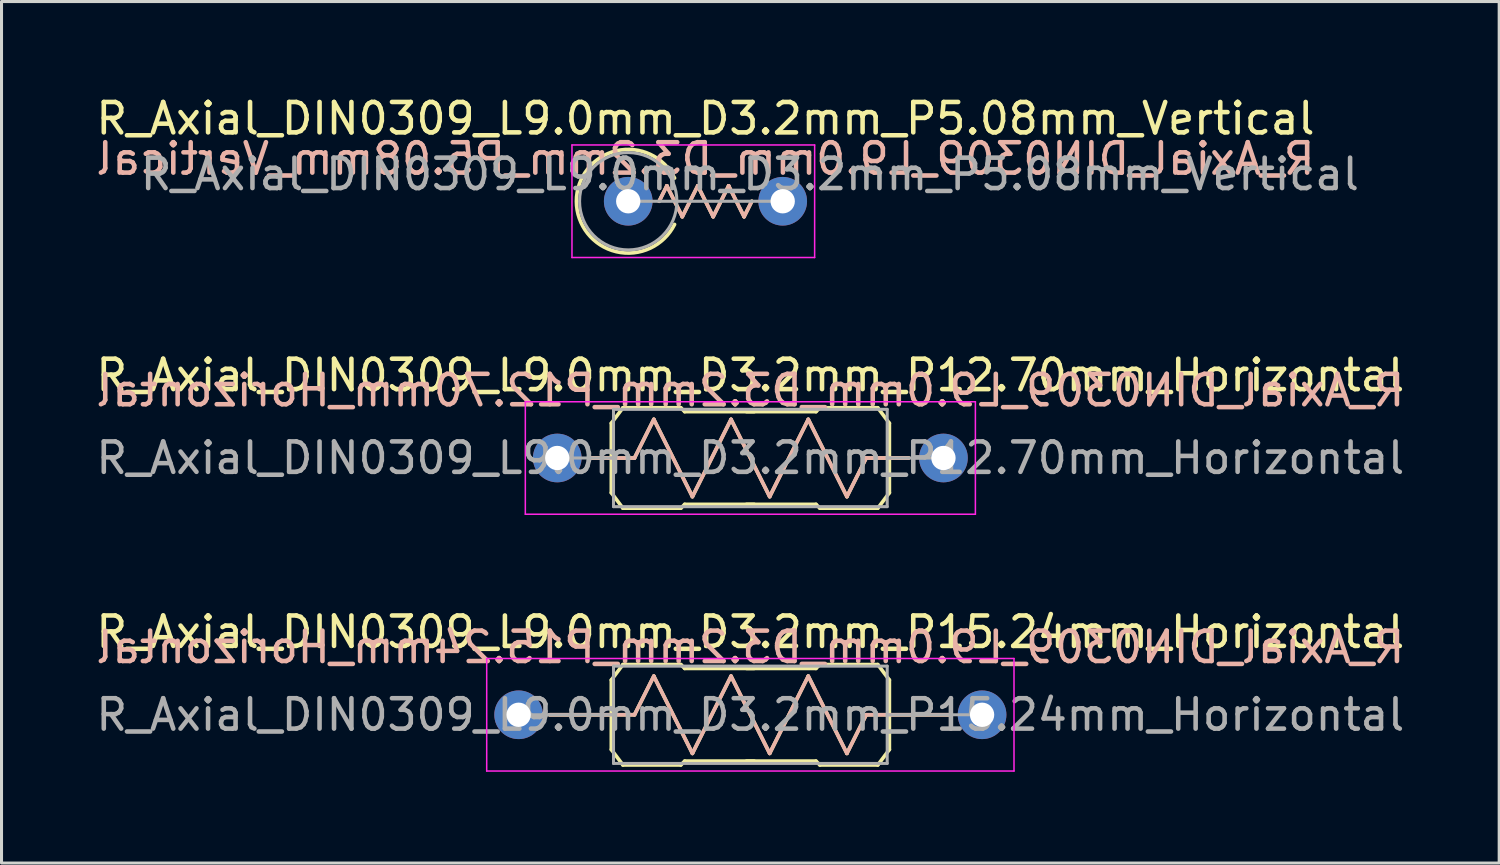
<source format=kicad_pcb>
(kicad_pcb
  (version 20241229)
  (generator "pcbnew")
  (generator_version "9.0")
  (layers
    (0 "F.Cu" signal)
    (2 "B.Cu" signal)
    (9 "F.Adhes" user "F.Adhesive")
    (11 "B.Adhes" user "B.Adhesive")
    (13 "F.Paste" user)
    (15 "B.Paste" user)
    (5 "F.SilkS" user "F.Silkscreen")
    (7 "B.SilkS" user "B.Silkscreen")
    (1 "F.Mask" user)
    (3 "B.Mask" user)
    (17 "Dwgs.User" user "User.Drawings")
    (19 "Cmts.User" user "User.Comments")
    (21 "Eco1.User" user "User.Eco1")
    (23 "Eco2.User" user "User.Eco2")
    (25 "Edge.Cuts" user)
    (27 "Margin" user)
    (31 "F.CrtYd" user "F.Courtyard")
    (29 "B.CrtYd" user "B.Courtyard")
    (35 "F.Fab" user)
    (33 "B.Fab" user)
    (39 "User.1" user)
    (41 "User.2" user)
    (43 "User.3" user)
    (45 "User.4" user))
  (footprint "R_Axial_DIN0309_L9.0mm_D3.2mm_P15.24mm_Horizontal"
    (layer "F.Cu")
    (at 14.005 20.455)
    (property "Reference" "R_Axial_DIN0309_L9.0mm_D3.2mm_P15.24mm_Horizontal" (at 7.62 -2.72 0) (layer "F.SilkS") (effects (font (size 1 1) (thickness 0.15))))
    (attr through_hole)
    (fp_line (start 3.048 -1.143) (end 3.429 -1.651) (stroke (width 0.12) (type solid)) (layer "F.SilkS"))
    (fp_line (start 3.048 0) (end 1.016 0) (stroke (width 0.12) (type solid)) (layer "F.SilkS"))
    (fp_line (start 3.048 1.143) (end 3.048 -1.143) (stroke (width 0.12) (type solid)) (layer "F.SilkS"))
    (fp_line (start 3.048 1.143) (end 3.429 1.651) (stroke (width 0.12) (type solid)) (layer "F.SilkS"))
    (fp_line (start 3.429 -1.651) (end 5.334 -1.651) (stroke (width 0.12) (type solid)) (layer "F.SilkS"))
    (fp_line (start 3.429 1.651) (end 5.334 1.651) (stroke (width 0.12) (type solid)) (layer "F.SilkS"))
    (fp_line (start 3.81 0) (end 3.048 0) (stroke (width 0.12) (type solid)) (layer "F.SilkS"))
    (fp_line (start 3.81 0) (end 4.445 -1.27) (stroke (width 0.12) (type solid)) (layer "F.SilkS"))
    (fp_line (start 4.445 -1.27) (end 5.715 1.27) (stroke (width 0.12) (type solid)) (layer "F.SilkS"))
    (fp_line (start 5.334 -1.651) (end 5.461 -1.524) (stroke (width 0.12) (type solid)) (layer "F.SilkS"))
    (fp_line (start 5.334 1.651) (end 5.461 1.524) (stroke (width 0.12) (type solid)) (layer "F.SilkS"))
    (fp_line (start 5.461 -1.524) (end 7.747 -1.524) (stroke (width 0.12) (type solid)) (layer "F.SilkS"))
    (fp_line (start 5.461 1.524) (end 7.747 1.524) (stroke (width 0.12) (type solid)) (layer "F.SilkS"))
    (fp_line (start 5.715 1.27) (end 6.985 -1.27) (stroke (width 0.12) (type solid)) (layer "F.SilkS"))
    (fp_line (start 6.985 -1.27) (end 8.255 1.27) (stroke (width 0.12) (type solid)) (layer "F.SilkS"))
    (fp_line (start 8.255 1.27) (end 9.525 -1.27) (stroke (width 0.12) (type solid)) (layer "F.SilkS"))
    (fp_line (start 9.525 -1.27) (end 10.795 1.27) (stroke (width 0.12) (type solid)) (layer "F.SilkS"))
    (fp_line (start 9.779 -1.524) (end 7.493 -1.524) (stroke (width 0.12) (type solid)) (layer "F.SilkS"))
    (fp_line (start 9.779 1.524) (end 7.493 1.524) (stroke (width 0.12) (type solid)) (layer "F.SilkS"))
    (fp_line (start 9.906 -1.651) (end 9.779 -1.524) (stroke (width 0.12) (type solid)) (layer "F.SilkS"))
    (fp_line (start 9.906 1.651) (end 9.779 1.524) (stroke (width 0.12) (type solid)) (layer "F.SilkS"))
    (fp_line (start 10.795 1.27) (end 11.43 0) (stroke (width 0.12) (type solid)) (layer "F.SilkS"))
    (fp_line (start 11.43 0) (end 12.192 0) (stroke (width 0.12) (type solid)) (layer "F.SilkS"))
    (fp_line (start 11.811 -1.651) (end 9.906 -1.651) (stroke (width 0.12) (type solid)) (layer "F.SilkS"))
    (fp_line (start 11.811 1.651) (end 9.906 1.651) (stroke (width 0.12) (type solid)) (layer "F.SilkS"))
    (fp_line (start 12.192 -1.143) (end 11.811 -1.651) (stroke (width 0.12) (type solid)) (layer "F.SilkS"))
    (fp_line (start 12.192 0) (end 14.224 0) (stroke (width 0.12) (type solid)) (layer "F.SilkS"))
    (fp_line (start 12.192 1.143) (end 11.811 1.651) (stroke (width 0.12) (type solid)) (layer "F.SilkS"))
    (fp_line (start 12.192 1.143) (end 12.192 -1.143) (stroke (width 0.12) (type solid)) (layer "F.SilkS"))
    (fp_line (start 1.016 0) (end 3.81 0) (stroke (width 0.12) (type solid)) (layer "B.SilkS"))
    (fp_line (start 3.81 0) (end 4.445 -1.27) (stroke (width 0.12) (type solid)) (layer "B.SilkS"))
    (fp_line (start 4.445 -1.27) (end 5.715 1.27) (stroke (width 0.12) (type solid)) (layer "B.SilkS"))
    (fp_line (start 5.715 1.27) (end 6.985 -1.27) (stroke (width 0.12) (type solid)) (layer "B.SilkS"))
    (fp_line (start 6.985 -1.27) (end 8.255 1.27) (stroke (width 0.12) (type solid)) (layer "B.SilkS"))
    (fp_line (start 8.255 1.27) (end 9.525 -1.27) (stroke (width 0.12) (type solid)) (layer "B.SilkS"))
    (fp_line (start 9.525 -1.27) (end 10.795 1.27) (stroke (width 0.12) (type solid)) (layer "B.SilkS"))
    (fp_line (start 10.795 1.27) (end 11.43 0) (stroke (width 0.12) (type solid)) (layer "B.SilkS"))
    (fp_line (start 11.43 0) (end 14.224 0) (stroke (width 0.12) (type solid)) (layer "B.SilkS"))
    (fp_line (start -1.05 -1.85) (end -1.05 1.85) (stroke (width 0.05) (type solid)) (layer "F.CrtYd"))
    (fp_line (start -1.05 1.85) (end 16.29 1.85) (stroke (width 0.05) (type solid)) (layer "F.CrtYd"))
    (fp_line (start 16.29 -1.85) (end -1.05 -1.85) (stroke (width 0.05) (type solid)) (layer "F.CrtYd"))
    (fp_line (start 16.29 1.85) (end 16.29 -1.85) (stroke (width 0.05) (type solid)) (layer "F.CrtYd"))
    (fp_line (start 0 0) (end 3.12 0) (stroke (width 0.1) (type solid)) (layer "F.Fab"))
    (fp_line (start 3.12 -1.6) (end 3.12 1.6) (stroke (width 0.1) (type solid)) (layer "F.Fab"))
    (fp_line (start 3.12 1.6) (end 12.12 1.6) (stroke (width 0.1) (type solid)) (layer "F.Fab"))
    (fp_line (start 12.12 -1.6) (end 3.12 -1.6) (stroke (width 0.1) (type solid)) (layer "F.Fab"))
    (fp_line (start 12.12 1.6) (end 12.12 -1.6) (stroke (width 0.1) (type solid)) (layer "F.Fab"))
    (fp_line (start 15.24 0) (end 12.12 0) (stroke (width 0.1) (type solid)) (layer "F.Fab"))
    (fp_text user "${REFERENCE}" (at 7.62 -2.223 0) (unlocked yes) (layer "B.SilkS") (effects (font (size 1 1) (thickness 0.15)) (justify mirror)))
    (fp_text user "${REFERENCE}" (at 7.62 0 0) (layer "F.Fab") (effects (font (size 1 1) (thickness 0.15))))
    (pad "1" thru_hole circle (at 0 0) (size 1.6 1.6) (drill 0.8) (layers "*.Cu" "*.Mask"))
    (pad "2" thru_hole oval (at 15.24 0) (size 1.6 1.6) (drill 0.8) (layers "*.Cu" "*.Mask")))
  (footprint "R_Axial_DIN0309_L9.0mm_D3.2mm_P12.70mm_Horizontal"
    (layer "F.Cu")
    (at 15.275 12.011)
    (property "Reference" "R_Axial_DIN0309_L9.0mm_D3.2mm_P12.70mm_Horizontal" (at 6.35 -2.72 0) (layer "F.SilkS") (effects (font (size 1 1) (thickness 0.15))))
    (attr through_hole)
    (fp_line (start 1.778 -1.143) (end 2.159 -1.651) (stroke (width 0.12) (type solid)) (layer "F.SilkS"))
    (fp_line (start 1.778 0) (end 1.143 0) (stroke (width 0.12) (type solid)) (layer "F.SilkS"))
    (fp_line (start 1.778 1.143) (end 1.778 -1.143) (stroke (width 0.12) (type solid)) (layer "F.SilkS"))
    (fp_line (start 1.778 1.143) (end 2.159 1.651) (stroke (width 0.12) (type solid)) (layer "F.SilkS"))
    (fp_line (start 2.159 -1.651) (end 4.064 -1.651) (stroke (width 0.12) (type solid)) (layer "F.SilkS"))
    (fp_line (start 2.159 1.651) (end 4.064 1.651) (stroke (width 0.12) (type solid)) (layer "F.SilkS"))
    (fp_line (start 2.54 0) (end 1.778 0) (stroke (width 0.12) (type solid)) (layer "F.SilkS"))
    (fp_line (start 2.54 0) (end 3.175 -1.27) (stroke (width 0.12) (type solid)) (layer "F.SilkS"))
    (fp_line (start 3.175 -1.27) (end 4.445 1.27) (stroke (width 0.12) (type solid)) (layer "F.SilkS"))
    (fp_line (start 4.064 -1.651) (end 4.191 -1.524) (stroke (width 0.12) (type solid)) (layer "F.SilkS"))
    (fp_line (start 4.064 1.651) (end 4.191 1.524) (stroke (width 0.12) (type solid)) (layer "F.SilkS"))
    (fp_line (start 4.191 -1.524) (end 6.477 -1.524) (stroke (width 0.12) (type solid)) (layer "F.SilkS"))
    (fp_line (start 4.191 1.524) (end 6.477 1.524) (stroke (width 0.12) (type solid)) (layer "F.SilkS"))
    (fp_line (start 4.445 1.27) (end 5.715 -1.27) (stroke (width 0.12) (type solid)) (layer "F.SilkS"))
    (fp_line (start 5.715 -1.27) (end 6.985 1.27) (stroke (width 0.12) (type solid)) (layer "F.SilkS"))
    (fp_line (start 6.985 1.27) (end 8.255 -1.27) (stroke (width 0.12) (type solid)) (layer "F.SilkS"))
    (fp_line (start 8.255 -1.27) (end 9.525 1.27) (stroke (width 0.12) (type solid)) (layer "F.SilkS"))
    (fp_line (start 8.509 -1.524) (end 6.223 -1.524) (stroke (width 0.12) (type solid)) (layer "F.SilkS"))
    (fp_line (start 8.509 1.524) (end 6.223 1.524) (stroke (width 0.12) (type solid)) (layer "F.SilkS"))
    (fp_line (start 8.636 -1.651) (end 8.509 -1.524) (stroke (width 0.12) (type solid)) (layer "F.SilkS"))
    (fp_line (start 8.636 1.651) (end 8.509 1.524) (stroke (width 0.12) (type solid)) (layer "F.SilkS"))
    (fp_line (start 9.525 1.27) (end 10.16 0) (stroke (width 0.12) (type solid)) (layer "F.SilkS"))
    (fp_line (start 10.16 0) (end 10.922 0) (stroke (width 0.12) (type solid)) (layer "F.SilkS"))
    (fp_line (start 10.541 -1.651) (end 8.636 -1.651) (stroke (width 0.12) (type solid)) (layer "F.SilkS"))
    (fp_line (start 10.541 1.651) (end 8.636 1.651) (stroke (width 0.12) (type solid)) (layer "F.SilkS"))
    (fp_line (start 10.922 -1.143) (end 10.541 -1.651) (stroke (width 0.12) (type solid)) (layer "F.SilkS"))
    (fp_line (start 10.922 0) (end 11.557 0) (stroke (width 0.12) (type solid)) (layer "F.SilkS"))
    (fp_line (start 10.922 1.143) (end 10.541 1.651) (stroke (width 0.12) (type solid)) (layer "F.SilkS"))
    (fp_line (start 10.922 1.143) (end 10.922 -1.143) (stroke (width 0.12) (type solid)) (layer "F.SilkS"))
    (fp_line (start 1.143 0) (end 2.54 0) (stroke (width 0.12) (type solid)) (layer "B.SilkS"))
    (fp_line (start 2.54 0) (end 3.175 -1.27) (stroke (width 0.12) (type solid)) (layer "B.SilkS"))
    (fp_line (start 3.175 -1.27) (end 4.445 1.27) (stroke (width 0.12) (type solid)) (layer "B.SilkS"))
    (fp_line (start 4.445 1.27) (end 5.715 -1.27) (stroke (width 0.12) (type solid)) (layer "B.SilkS"))
    (fp_line (start 5.715 -1.27) (end 6.985 1.27) (stroke (width 0.12) (type solid)) (layer "B.SilkS"))
    (fp_line (start 6.985 1.27) (end 8.255 -1.27) (stroke (width 0.12) (type solid)) (layer "B.SilkS"))
    (fp_line (start 8.255 -1.27) (end 9.525 1.27) (stroke (width 0.12) (type solid)) (layer "B.SilkS"))
    (fp_line (start 9.525 1.27) (end 10.16 0) (stroke (width 0.12) (type solid)) (layer "B.SilkS"))
    (fp_line (start 10.16 0) (end 11.557 0) (stroke (width 0.12) (type solid)) (layer "B.SilkS"))
    (fp_line (start -1.05 -1.85) (end -1.05 1.85) (stroke (width 0.05) (type solid)) (layer "F.CrtYd"))
    (fp_line (start -1.05 1.85) (end 13.75 1.85) (stroke (width 0.05) (type solid)) (layer "F.CrtYd"))
    (fp_line (start 13.75 -1.85) (end -1.05 -1.85) (stroke (width 0.05) (type solid)) (layer "F.CrtYd"))
    (fp_line (start 13.75 1.85) (end 13.75 -1.85) (stroke (width 0.05) (type solid)) (layer "F.CrtYd"))
    (fp_line (start 0 0) (end 1.85 0) (stroke (width 0.1) (type solid)) (layer "F.Fab"))
    (fp_line (start 1.85 -1.6) (end 1.85 1.6) (stroke (width 0.1) (type solid)) (layer "F.Fab"))
    (fp_line (start 1.85 1.6) (end 10.85 1.6) (stroke (width 0.1) (type solid)) (layer "F.Fab"))
    (fp_line (start 10.85 -1.6) (end 1.85 -1.6) (stroke (width 0.1) (type solid)) (layer "F.Fab"))
    (fp_line (start 10.85 1.6) (end 10.85 -1.6) (stroke (width 0.1) (type solid)) (layer "F.Fab"))
    (fp_line (start 12.7 0) (end 10.85 0) (stroke (width 0.1) (type solid)) (layer "F.Fab"))
    (fp_text user "${REFERENCE}" (at 6.35 -2.223 0) (unlocked yes) (layer "B.SilkS") (effects (font (size 1 1) (thickness 0.15)) (justify mirror)))
    (fp_text user "${REFERENCE}" (at 6.35 0 0) (layer "F.Fab") (effects (font (size 1 1) (thickness 0.15))))
    (pad "1" thru_hole circle (at 0 0) (size 1.6 1.6) (drill 0.8) (layers "*.Cu" "*.Mask"))
    (pad "2" thru_hole oval (at 12.7 0) (size 1.6 1.6) (drill 0.8) (layers "*.Cu" "*.Mask")))
  (footprint "R_Axial_DIN0309_L9.0mm_D3.2mm_P5.08mm_Vertical"
    (layer "F.Cu")
    (at 17.609 3.568)
    (property "Reference" "R_Axial_DIN0309_L9.0mm_D3.2mm_P5.08mm_Vertical" (at 2.54 -2.72 0) (layer "F.SilkS") (effects (font (size 1 1) (thickness 0.15))))
    (attr through_hole)
    (fp_line (start 1.016 0) (end 1.27 -0.508) (stroke (width 0.12) (type solid)) (layer "F.SilkS"))
    (fp_line (start 1.27 -0.508) (end 1.778 0.508) (stroke (width 0.12) (type solid)) (layer "F.SilkS"))
    (fp_line (start 1.778 0.508) (end 2.286 -0.508) (stroke (width 0.12) (type solid)) (layer "F.SilkS"))
    (fp_line (start 2.286 -0.508) (end 2.794 0.508) (stroke (width 0.12) (type solid)) (layer "F.SilkS"))
    (fp_line (start 2.794 0.508) (end 3.302 -0.508) (stroke (width 0.12) (type solid)) (layer "F.SilkS"))
    (fp_line (start 3.302 -0.508) (end 3.81 0.508) (stroke (width 0.12) (type solid)) (layer "F.SilkS"))
    (fp_line (start 3.81 0.508) (end 4.064 0) (stroke (width 0.12) (type solid)) (layer "F.SilkS"))
    (fp_arc (start 1.523999 0.762) (mid -1.703883 0) (end 1.523999 -0.762) (stroke (width 0.12) (type solid)) (layer "F.SilkS"))
    (fp_line (start 1.016 0) (end 1.27 -0.508) (stroke (width 0.12) (type solid)) (layer "B.SilkS"))
    (fp_line (start 1.27 -0.508) (end 1.778 0.508) (stroke (width 0.12) (type solid)) (layer "B.SilkS"))
    (fp_line (start 1.778 0.508) (end 2.286 -0.508) (stroke (width 0.12) (type solid)) (layer "B.SilkS"))
    (fp_line (start 2.286 -0.508) (end 2.794 0.508) (stroke (width 0.12) (type solid)) (layer "B.SilkS"))
    (fp_line (start 2.794 0.508) (end 3.302 -0.508) (stroke (width 0.12) (type solid)) (layer "B.SilkS"))
    (fp_line (start 3.302 -0.508) (end 3.81 0.508) (stroke (width 0.12) (type solid)) (layer "B.SilkS"))
    (fp_line (start 3.81 0.508) (end 4.064 0) (stroke (width 0.12) (type solid)) (layer "B.SilkS"))
    (fp_line (start -1.85 -1.85) (end -1.85 1.85) (stroke (width 0.05) (type solid)) (layer "F.CrtYd"))
    (fp_line (start -1.85 1.85) (end 6.13 1.85) (stroke (width 0.05) (type solid)) (layer "F.CrtYd"))
    (fp_line (start 6.13 -1.85) (end -1.85 -1.85) (stroke (width 0.05) (type solid)) (layer "F.CrtYd"))
    (fp_line (start 6.13 1.85) (end 6.13 -1.85) (stroke (width 0.05) (type solid)) (layer "F.CrtYd"))
    (fp_line (start 0 0) (end 5.08 0) (stroke (width 0.1) (type solid)) (layer "F.Fab"))
    (fp_circle (center 0 0) (end 1.6 0) (stroke (width 0.1) (type solid)) (fill no) (layer "F.Fab"))
    (fp_text user "${REFERENCE}" (at 2.54 -1.397 0) (unlocked yes) (layer "B.SilkS") (effects (font (size 1 1) (thickness 0.15)) (justify mirror)))
    (fp_text user "${REFERENCE}" (at 4 -0.889 0) (layer "F.Fab") (effects (font (size 1 1) (thickness 0.15))))
    (pad "1" thru_hole circle (at 0 0) (size 1.6 1.6) (drill 0.8) (layers "*.Cu" "*.Mask"))
    (pad "2" thru_hole oval (at 5.08 0) (size 1.6 1.6) (drill 0.8) (layers "*.Cu" "*.Mask")))
  (gr_rect
    (start -3 -3)
    (end 46.25 25.33)
    (stroke (width 0.1) (type default))
    (fill no)
    (layer "Edge.Cuts")))
</source>
